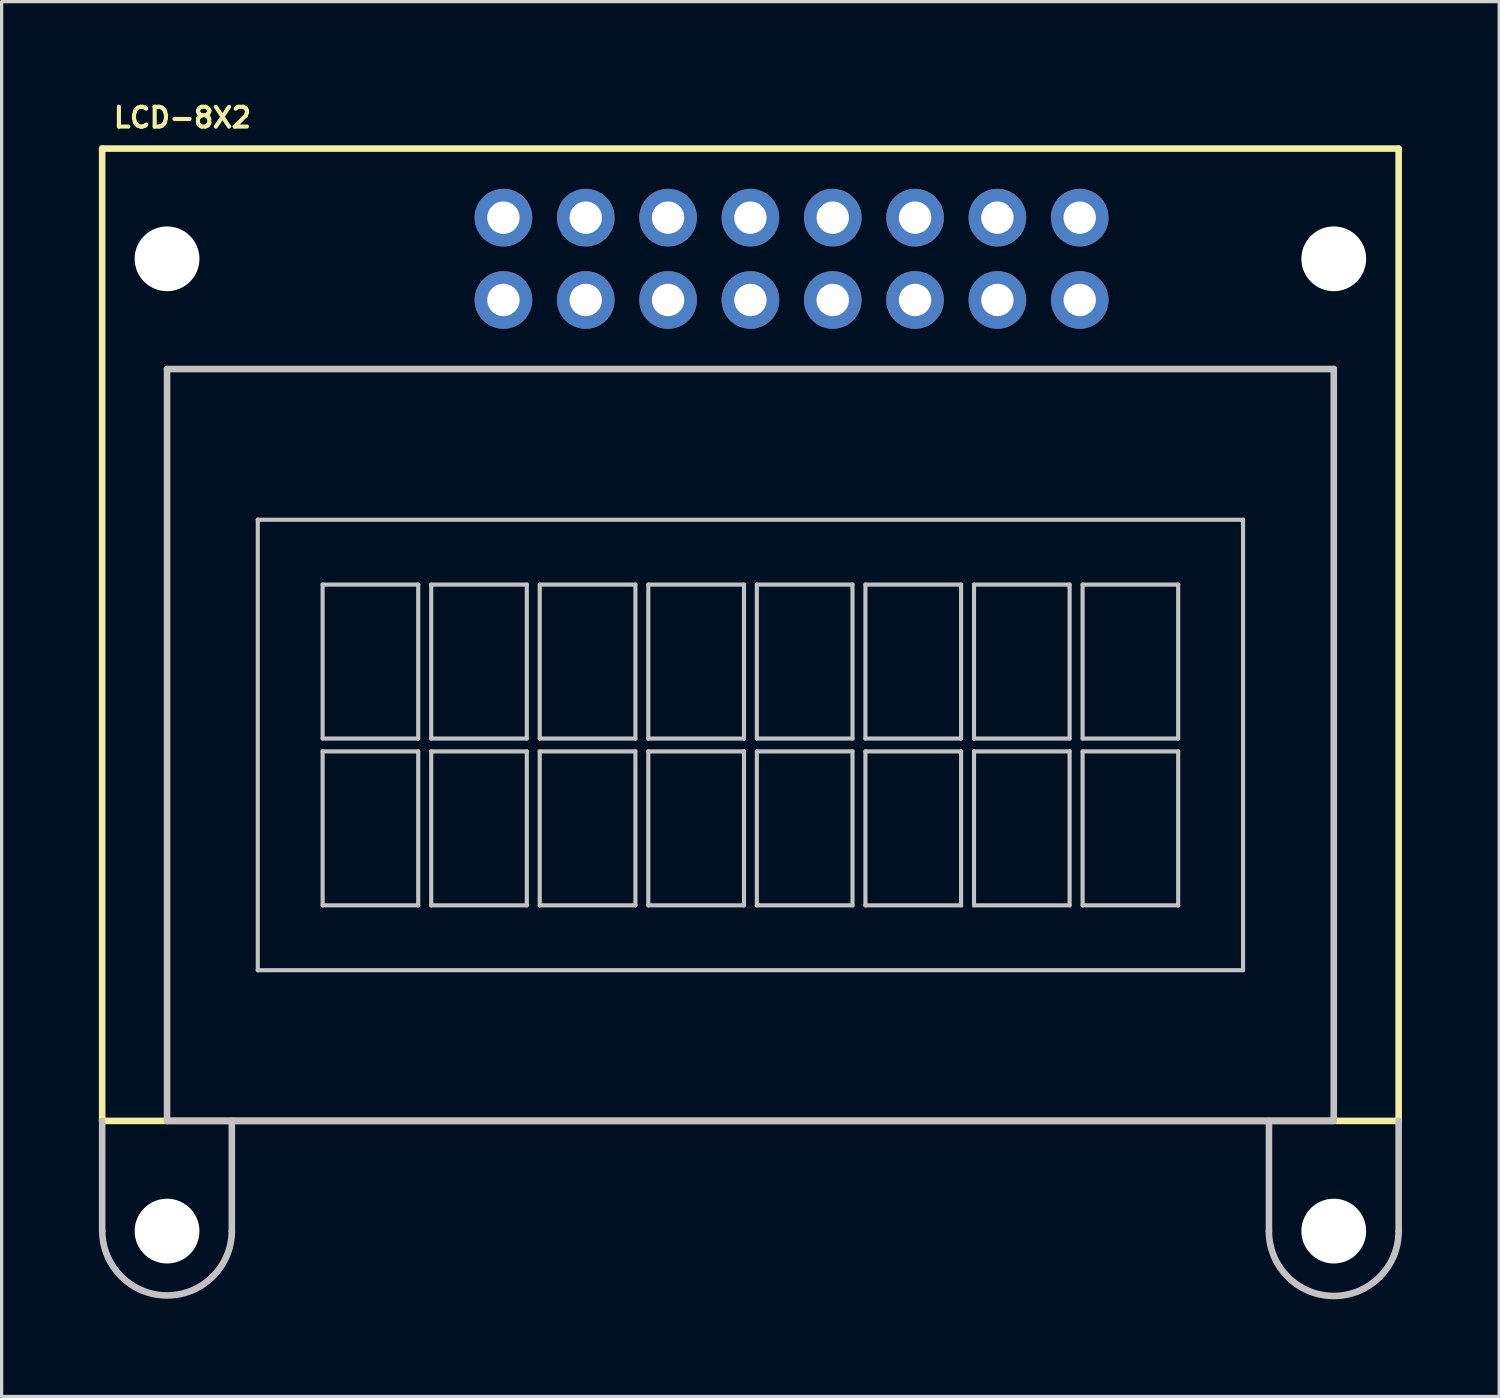
<source format=kicad_pcb>
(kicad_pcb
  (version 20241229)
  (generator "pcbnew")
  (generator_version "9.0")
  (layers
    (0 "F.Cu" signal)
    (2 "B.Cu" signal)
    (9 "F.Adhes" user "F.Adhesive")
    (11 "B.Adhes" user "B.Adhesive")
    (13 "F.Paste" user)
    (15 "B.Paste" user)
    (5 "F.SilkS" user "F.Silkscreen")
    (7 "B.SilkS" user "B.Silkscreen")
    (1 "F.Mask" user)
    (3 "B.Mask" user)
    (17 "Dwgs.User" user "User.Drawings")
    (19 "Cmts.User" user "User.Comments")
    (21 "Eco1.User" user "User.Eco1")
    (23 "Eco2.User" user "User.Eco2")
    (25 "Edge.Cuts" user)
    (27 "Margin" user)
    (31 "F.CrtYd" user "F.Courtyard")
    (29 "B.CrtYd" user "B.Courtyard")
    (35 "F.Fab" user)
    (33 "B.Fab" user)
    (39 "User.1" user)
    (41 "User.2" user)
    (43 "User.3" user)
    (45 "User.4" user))
  (footprint "LCD-8X2"
    (layer "F.Cu")
    (at 20.102 19.934)
    (property "Reference" "LCD-8X2" (at -17.523 -19.355 0) (layer "F.SilkS") (effects (font (size 0.61 0.61) (thickness 0.127))))
    (attr exclude_from_pos_files exclude_from_bom)
    (fp_line (start -20 -18.4) (end 20 -18.4) (stroke (width 0.203) (type solid)) (layer "F.SilkS"))
    (fp_line (start -20 11.598) (end -20 -18.4) (stroke (width 0.203) (type solid)) (layer "F.SilkS"))
    (fp_line (start 20 -18.4) (end 20 11.598) (stroke (width 0.203) (type solid)) (layer "F.SilkS"))
    (fp_line (start 20 11.598) (end -20 11.598) (stroke (width 0.203) (type solid)) (layer "F.SilkS"))
    (fp_line (start -20 14.999) (end -20 11.598) (stroke (width 0.203) (type solid)) (layer "Dwgs.User"))
    (fp_line (start -17.998 -11.598) (end -17.998 11.598) (stroke (width 0.203) (type solid)) (layer "Dwgs.User"))
    (fp_line (start -17.998 -11.598) (end 17.998 -11.598) (stroke (width 0.203) (type solid)) (layer "Dwgs.User"))
    (fp_line (start -17.998 11.598) (end 17.998 11.598) (stroke (width 0.203) (type solid)) (layer "Dwgs.User"))
    (fp_line (start -15.999 14.999) (end -15.999 11.598) (stroke (width 0.203) (type solid)) (layer "Dwgs.User"))
    (fp_line (start -15.199 -6.949) (end -15.199 6.949) (stroke (width 0.127) (type solid)) (layer "Dwgs.User"))
    (fp_line (start -15.199 6.949) (end 15.199 6.949) (stroke (width 0.127) (type solid)) (layer "Dwgs.User"))
    (fp_line (start -13.198 -4.948) (end -10.249 -4.948) (stroke (width 0.127) (type solid)) (layer "Dwgs.User"))
    (fp_line (start -13.198 -0.198) (end -13.198 -4.948) (stroke (width 0.127) (type solid)) (layer "Dwgs.User"))
    (fp_line (start -13.198 0.198) (end -13.198 4.948) (stroke (width 0.127) (type solid)) (layer "Dwgs.User"))
    (fp_line (start -13.198 4.948) (end -10.249 4.948) (stroke (width 0.127) (type solid)) (layer "Dwgs.User"))
    (fp_line (start -10.249 -4.948) (end -10.249 -0.198) (stroke (width 0.127) (type solid)) (layer "Dwgs.User"))
    (fp_line (start -10.249 -0.198) (end -13.198 -0.198) (stroke (width 0.127) (type solid)) (layer "Dwgs.User"))
    (fp_line (start -10.249 0.198) (end -13.198 0.198) (stroke (width 0.127) (type solid)) (layer "Dwgs.User"))
    (fp_line (start -10.249 4.948) (end -10.249 0.198) (stroke (width 0.127) (type solid)) (layer "Dwgs.User"))
    (fp_line (start -9.848 -4.948) (end -6.899 -4.948) (stroke (width 0.127) (type solid)) (layer "Dwgs.User"))
    (fp_line (start -9.848 -0.198) (end -9.848 -4.948) (stroke (width 0.127) (type solid)) (layer "Dwgs.User"))
    (fp_line (start -9.848 0.198) (end -9.848 4.948) (stroke (width 0.127) (type solid)) (layer "Dwgs.User"))
    (fp_line (start -9.848 4.948) (end -6.899 4.948) (stroke (width 0.127) (type solid)) (layer "Dwgs.User"))
    (fp_line (start -6.899 -4.948) (end -6.899 -0.198) (stroke (width 0.127) (type solid)) (layer "Dwgs.User"))
    (fp_line (start -6.899 -0.198) (end -9.848 -0.198) (stroke (width 0.127) (type solid)) (layer "Dwgs.User"))
    (fp_line (start -6.899 0.198) (end -9.848 0.198) (stroke (width 0.127) (type solid)) (layer "Dwgs.User"))
    (fp_line (start -6.899 4.948) (end -6.899 0.198) (stroke (width 0.127) (type solid)) (layer "Dwgs.User"))
    (fp_line (start -6.5 -4.948) (end -3.548 -4.948) (stroke (width 0.127) (type solid)) (layer "Dwgs.User"))
    (fp_line (start -6.5 -0.198) (end -6.5 -4.948) (stroke (width 0.127) (type solid)) (layer "Dwgs.User"))
    (fp_line (start -6.5 0.198) (end -6.5 4.948) (stroke (width 0.127) (type solid)) (layer "Dwgs.User"))
    (fp_line (start -6.5 4.948) (end -3.548 4.948) (stroke (width 0.127) (type solid)) (layer "Dwgs.User"))
    (fp_line (start -3.548 -4.948) (end -3.548 -0.198) (stroke (width 0.127) (type solid)) (layer "Dwgs.User"))
    (fp_line (start -3.548 -0.198) (end -6.5 -0.198) (stroke (width 0.127) (type solid)) (layer "Dwgs.User"))
    (fp_line (start -3.548 0.198) (end -6.5 0.198) (stroke (width 0.127) (type solid)) (layer "Dwgs.User"))
    (fp_line (start -3.548 4.948) (end -3.548 0.198) (stroke (width 0.127) (type solid)) (layer "Dwgs.User"))
    (fp_line (start -3.15 -4.948) (end -0.198 -4.948) (stroke (width 0.127) (type solid)) (layer "Dwgs.User"))
    (fp_line (start -3.15 -0.198) (end -3.15 -4.948) (stroke (width 0.127) (type solid)) (layer "Dwgs.User"))
    (fp_line (start -3.15 0.198) (end -3.15 4.948) (stroke (width 0.127) (type solid)) (layer "Dwgs.User"))
    (fp_line (start -3.15 4.948) (end -0.198 4.948) (stroke (width 0.127) (type solid)) (layer "Dwgs.User"))
    (fp_line (start -0.198 -4.948) (end -0.198 -0.198) (stroke (width 0.127) (type solid)) (layer "Dwgs.User"))
    (fp_line (start -0.198 -0.198) (end -3.15 -0.198) (stroke (width 0.127) (type solid)) (layer "Dwgs.User"))
    (fp_line (start -0.198 0.198) (end -3.15 0.198) (stroke (width 0.127) (type solid)) (layer "Dwgs.User"))
    (fp_line (start -0.198 4.948) (end -0.198 0.198) (stroke (width 0.127) (type solid)) (layer "Dwgs.User"))
    (fp_line (start 0.198 -4.948) (end 3.15 -4.948) (stroke (width 0.127) (type solid)) (layer "Dwgs.User"))
    (fp_line (start 0.198 -0.198) (end 0.198 -4.948) (stroke (width 0.127) (type solid)) (layer "Dwgs.User"))
    (fp_line (start 0.198 0.198) (end 0.198 4.948) (stroke (width 0.127) (type solid)) (layer "Dwgs.User"))
    (fp_line (start 0.198 4.948) (end 3.15 4.948) (stroke (width 0.127) (type solid)) (layer "Dwgs.User"))
    (fp_line (start 3.15 -4.948) (end 3.15 -0.198) (stroke (width 0.127) (type solid)) (layer "Dwgs.User"))
    (fp_line (start 3.15 -0.198) (end 0.198 -0.198) (stroke (width 0.127) (type solid)) (layer "Dwgs.User"))
    (fp_line (start 3.15 0.198) (end 0.198 0.198) (stroke (width 0.127) (type solid)) (layer "Dwgs.User"))
    (fp_line (start 3.15 4.948) (end 3.15 0.198) (stroke (width 0.127) (type solid)) (layer "Dwgs.User"))
    (fp_line (start 3.548 -4.948) (end 6.5 -4.948) (stroke (width 0.127) (type solid)) (layer "Dwgs.User"))
    (fp_line (start 3.548 -0.198) (end 3.548 -4.948) (stroke (width 0.127) (type solid)) (layer "Dwgs.User"))
    (fp_line (start 3.548 0.198) (end 3.548 4.948) (stroke (width 0.127) (type solid)) (layer "Dwgs.User"))
    (fp_line (start 3.548 4.948) (end 6.5 4.948) (stroke (width 0.127) (type solid)) (layer "Dwgs.User"))
    (fp_line (start 6.5 -4.948) (end 6.5 -0.198) (stroke (width 0.127) (type solid)) (layer "Dwgs.User"))
    (fp_line (start 6.5 -0.198) (end 3.548 -0.198) (stroke (width 0.127) (type solid)) (layer "Dwgs.User"))
    (fp_line (start 6.5 0.198) (end 3.548 0.198) (stroke (width 0.127) (type solid)) (layer "Dwgs.User"))
    (fp_line (start 6.5 4.948) (end 6.5 0.198) (stroke (width 0.127) (type solid)) (layer "Dwgs.User"))
    (fp_line (start 6.899 -4.948) (end 9.848 -4.948) (stroke (width 0.127) (type solid)) (layer "Dwgs.User"))
    (fp_line (start 6.899 -0.198) (end 6.899 -4.948) (stroke (width 0.127) (type solid)) (layer "Dwgs.User"))
    (fp_line (start 6.899 0.198) (end 6.899 4.948) (stroke (width 0.127) (type solid)) (layer "Dwgs.User"))
    (fp_line (start 6.899 4.948) (end 9.848 4.948) (stroke (width 0.127) (type solid)) (layer "Dwgs.User"))
    (fp_line (start 9.848 -4.948) (end 9.848 -0.198) (stroke (width 0.127) (type solid)) (layer "Dwgs.User"))
    (fp_line (start 9.848 -0.198) (end 6.899 -0.198) (stroke (width 0.127) (type solid)) (layer "Dwgs.User"))
    (fp_line (start 9.848 0.198) (end 6.899 0.198) (stroke (width 0.127) (type solid)) (layer "Dwgs.User"))
    (fp_line (start 9.848 4.948) (end 9.848 0.198) (stroke (width 0.127) (type solid)) (layer "Dwgs.User"))
    (fp_line (start 10.249 -4.948) (end 13.198 -4.948) (stroke (width 0.127) (type solid)) (layer "Dwgs.User"))
    (fp_line (start 10.249 -0.198) (end 10.249 -4.948) (stroke (width 0.127) (type solid)) (layer "Dwgs.User"))
    (fp_line (start 10.249 0.198) (end 10.249 4.948) (stroke (width 0.127) (type solid)) (layer "Dwgs.User"))
    (fp_line (start 10.249 4.948) (end 13.198 4.948) (stroke (width 0.127) (type solid)) (layer "Dwgs.User"))
    (fp_line (start 13.198 -4.948) (end 13.198 -0.198) (stroke (width 0.127) (type solid)) (layer "Dwgs.User"))
    (fp_line (start 13.198 -0.198) (end 10.249 -0.198) (stroke (width 0.127) (type solid)) (layer "Dwgs.User"))
    (fp_line (start 13.198 0.198) (end 10.249 0.198) (stroke (width 0.127) (type solid)) (layer "Dwgs.User"))
    (fp_line (start 13.198 4.948) (end 13.198 0.198) (stroke (width 0.127) (type solid)) (layer "Dwgs.User"))
    (fp_line (start 15.199 -6.949) (end -15.199 -6.949) (stroke (width 0.127) (type solid)) (layer "Dwgs.User"))
    (fp_line (start 15.199 6.949) (end 15.199 -6.949) (stroke (width 0.127) (type solid)) (layer "Dwgs.User"))
    (fp_line (start 15.999 14.999) (end 15.999 11.598) (stroke (width 0.203) (type solid)) (layer "Dwgs.User"))
    (fp_line (start 17.998 -11.598) (end 17.998 11.598) (stroke (width 0.203) (type solid)) (layer "Dwgs.User"))
    (fp_line (start 20 14.999) (end 20 11.598) (stroke (width 0.203) (type solid)) (layer "Dwgs.User"))
    (fp_arc (start -15.99946 14.9987) (mid -17.99844 16.99768) (end -19.99742 14.9987) (stroke (width 0.2032) (type solid)) (layer "Dwgs.User"))
    (fp_arc (start 19.99996 14.9987) (mid 17.99844 17.00022) (end 15.99692 14.9987) (stroke (width 0.2032) (type solid)) (layer "Dwgs.User"))
    (pad "" np_thru_hole circle (at -17.998 -14.999) (size 1.999 1.999) (drill 1.999) (layers "*.Cu" "*.Mask"))
    (pad "" np_thru_hole circle (at -17.998 14.999) (size 1.999 1.999) (drill 1.999) (layers "*.Cu" "*.Mask"))
    (pad "" np_thru_hole circle (at 17.998 -14.999) (size 1.999 1.999) (drill 1.999) (layers "*.Cu" "*.Mask"))
    (pad "" np_thru_hole circle (at 17.998 14.999) (size 1.999 1.999) (drill 1.999) (layers "*.Cu" "*.Mask"))
    (pad "1" thru_hole circle (at -7.62 -13.729) (size 1.778 1.778) (drill 0.998) (layers "*.Cu" "*.Mask"))
    (pad "2" thru_hole circle (at -7.62 -16.269) (size 1.778 1.778) (drill 0.998) (layers "*.Cu" "*.Mask"))
    (pad "3" thru_hole circle (at -5.08 -13.729) (size 1.778 1.778) (drill 0.998) (layers "*.Cu" "*.Mask"))
    (pad "4" thru_hole circle (at -5.08 -16.269) (size 1.778 1.778) (drill 0.998) (layers "*.Cu" "*.Mask"))
    (pad "5" thru_hole circle (at -2.54 -13.729) (size 1.778 1.778) (drill 0.998) (layers "*.Cu" "*.Mask"))
    (pad "6" thru_hole circle (at -2.54 -16.269) (size 1.778 1.778) (drill 0.998) (layers "*.Cu" "*.Mask"))
    (pad "7" thru_hole circle (at 0 -13.729) (size 1.778 1.778) (drill 0.998) (layers "*.Cu" "*.Mask"))
    (pad "8" thru_hole circle (at 0 -16.269) (size 1.778 1.778) (drill 0.998) (layers "*.Cu" "*.Mask"))
    (pad "9" thru_hole circle (at 2.54 -13.729) (size 1.778 1.778) (drill 0.998) (layers "*.Cu" "*.Mask"))
    (pad "10" thru_hole circle (at 2.54 -16.269) (size 1.778 1.778) (drill 0.998) (layers "*.Cu" "*.Mask"))
    (pad "11" thru_hole circle (at 5.08 -13.729) (size 1.778 1.778) (drill 0.998) (layers "*.Cu" "*.Mask"))
    (pad "12" thru_hole circle (at 5.08 -16.269) (size 1.778 1.778) (drill 0.998) (layers "*.Cu" "*.Mask"))
    (pad "13" thru_hole circle (at 7.62 -13.729) (size 1.778 1.778) (drill 0.998) (layers "*.Cu" "*.Mask"))
    (pad "14" thru_hole circle (at 7.62 -16.269) (size 1.778 1.778) (drill 0.998) (layers "*.Cu" "*.Mask"))
    (pad "15" thru_hole circle (at 10.16 -13.729) (size 1.778 1.778) (drill 0.998) (layers "*.Cu" "*.Mask"))
    (pad "16" thru_hole circle (at 10.16 -16.269) (size 1.778 1.778) (drill 0.998) (layers "*.Cu" "*.Mask")))
  (gr_rect
    (start -3 -3)
    (end 43.203 40.036)
    (stroke (width 0.1) (type default))
    (fill no)
    (layer "Edge.Cuts")))
</source>
